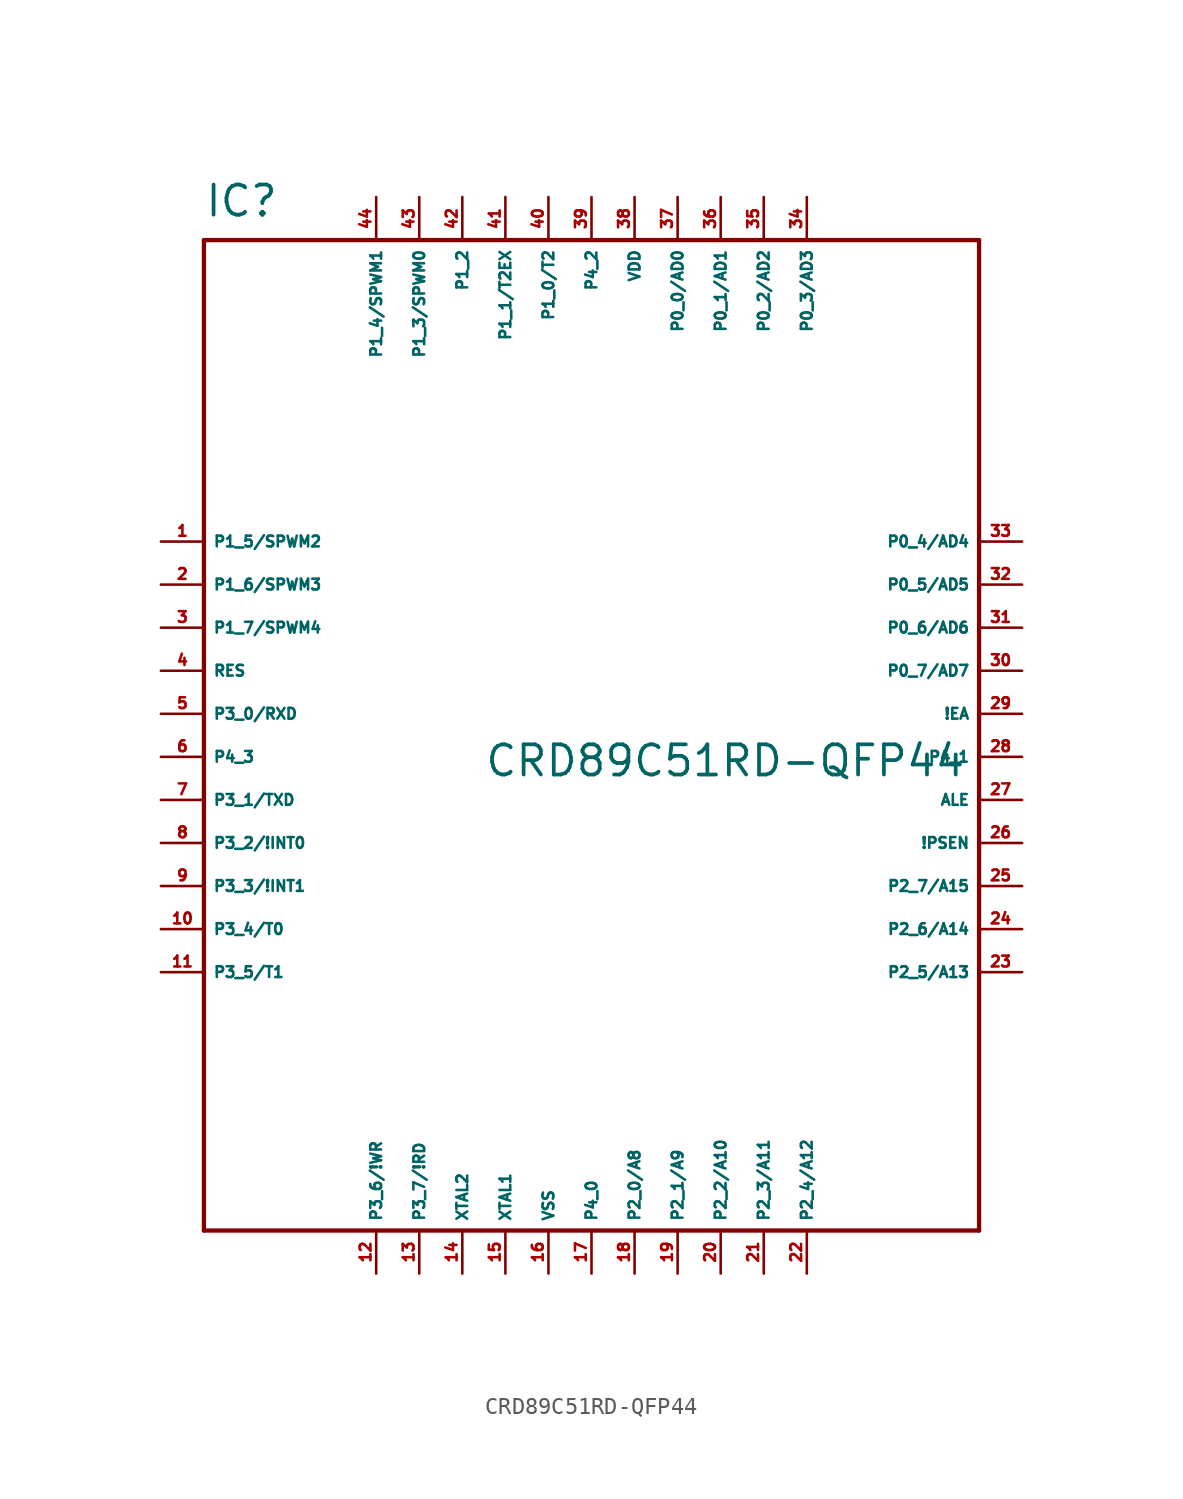
<source format=kicad_sym>
(kicad_symbol_lib
  (version 20220914)
  (generator Eagle2Kicad)
  (symbol "CRD89C51RD-QFP44"
    (property "Reference" "IC"
      (at -22.86 31.75 0)
      (effects (font (size 1.778 1.778) (thickness 0.22)) (justify left bottom)))
    (property "Value" "CRD89C51RD-QFP44"
      (at -6.35 -1.27 0)
      (effects (font (size 1.778 1.778) (thickness 0.22)) (justify left bottom)))
    (polyline
      (pts (xy -22.86 -27.94) (xy 22.86 -27.94))
      (stroke (width 0.254) (type default))
      (fill (type none)))
    (polyline
      (pts (xy 22.86 -27.94) (xy 22.86 30.48))
      (stroke (width 0.254) (type default))
      (fill (type none)))
    (polyline
      (pts (xy 22.86 30.48) (xy -22.86 30.48))
      (stroke (width 0.254) (type default))
      (fill (type none)))
    (polyline
      (pts (xy -22.86 30.48) (xy -22.86 -27.94))
      (stroke (width 0.254) (type default))
      (fill (type none)))
    (pin bidirectional line
      (at -25.4 12.7 0)
      (length 2.54)
      (name "P1_5/SPWM2" (effects (font (size 0.635 0.635) (thickness 0.08)) (justify left bottom)))
      (number "1" (effects (font (size 0.635 0.635) (thickness 0.08)) (justify left bottom))))
    (pin bidirectional line
      (at -25.4 10.16 0)
      (length 2.54)
      (name "P1_6/SPWM3" (effects (font (size 0.635 0.635) (thickness 0.08)) (justify left bottom)))
      (number "2" (effects (font (size 0.635 0.635) (thickness 0.08)) (justify left bottom))))
    (pin bidirectional line
      (at -25.4 7.62 0)
      (length 2.54)
      (name "P1_7/SPWM4" (effects (font (size 0.635 0.635) (thickness 0.08)) (justify left bottom)))
      (number "3" (effects (font (size 0.635 0.635) (thickness 0.08)) (justify left bottom))))
    (pin input line
      (at -25.4 5.08 0)
      (length 2.54)
      (name "RES" (effects (font (size 0.635 0.635) (thickness 0.08)) (justify left bottom)))
      (number "4" (effects (font (size 0.635 0.635) (thickness 0.08)) (justify left bottom))))
    (pin bidirectional line
      (at -25.4 2.54 0)
      (length 2.54)
      (name "P3_0/RXD" (effects (font (size 0.635 0.635) (thickness 0.08)) (justify left bottom)))
      (number "5" (effects (font (size 0.635 0.635) (thickness 0.08)) (justify left bottom))))
    (pin bidirectional line
      (at -25.4 0 0)
      (length 2.54)
      (name "P4_3" (effects (font (size 0.635 0.635) (thickness 0.08)) (justify left bottom)))
      (number "6" (effects (font (size 0.635 0.635) (thickness 0.08)) (justify left bottom))))
    (pin bidirectional line
      (at -25.4 -2.54 0)
      (length 2.54)
      (name "P3_1/TXD" (effects (font (size 0.635 0.635) (thickness 0.08)) (justify left bottom)))
      (number "7" (effects (font (size 0.635 0.635) (thickness 0.08)) (justify left bottom))))
    (pin bidirectional line
      (at -25.4 -5.08 0)
      (length 2.54)
      (name "P3_2/!INT0" (effects (font (size 0.635 0.635) (thickness 0.08)) (justify left bottom)))
      (number "8" (effects (font (size 0.635 0.635) (thickness 0.08)) (justify left bottom))))
    (pin bidirectional line
      (at -25.4 -7.62 0)
      (length 2.54)
      (name "P3_3/!INT1" (effects (font (size 0.635 0.635) (thickness 0.08)) (justify left bottom)))
      (number "9" (effects (font (size 0.635 0.635) (thickness 0.08)) (justify left bottom))))
    (pin bidirectional line
      (at -25.4 -10.16 0)
      (length 2.54)
      (name "P3_4/T0" (effects (font (size 0.635 0.635) (thickness 0.08)) (justify left bottom)))
      (number "10" (effects (font (size 0.635 0.635) (thickness 0.08)) (justify left bottom))))
    (pin bidirectional line
      (at -25.4 -12.7 0)
      (length 2.54)
      (name "P3_5/T1" (effects (font (size 0.635 0.635) (thickness 0.08)) (justify left bottom)))
      (number "11" (effects (font (size 0.635 0.635) (thickness 0.08)) (justify left bottom))))
    (pin bidirectional line
      (at -12.7 -30.48 90)
      (length 2.54)
      (name "P3_6/!WR" (effects (font (size 0.635 0.635) (thickness 0.08)) (justify left bottom)))
      (number "12" (effects (font (size 0.635 0.635) (thickness 0.08)) (justify left bottom))))
    (pin bidirectional line
      (at -10.16 -30.48 90)
      (length 2.54)
      (name "P3_7/!RD" (effects (font (size 0.635 0.635) (thickness 0.08)) (justify left bottom)))
      (number "13" (effects (font (size 0.635 0.635) (thickness 0.08)) (justify left bottom))))
    (pin output line
      (at -7.62 -30.48 90)
      (length 2.54)
      (name "XTAL2" (effects (font (size 0.635 0.635) (thickness 0.08)) (justify left bottom)))
      (number "14" (effects (font (size 0.635 0.635) (thickness 0.08)) (justify left bottom))))
    (pin input line
      (at -5.08 -30.48 90)
      (length 2.54)
      (name "XTAL1" (effects (font (size 0.635 0.635) (thickness 0.08)) (justify left bottom)))
      (number "15" (effects (font (size 0.635 0.635) (thickness 0.08)) (justify left bottom))))
    (pin unspecified line
      (at -2.54 -30.48 90)
      (length 2.54)
      (name "VSS" (effects (font (size 0.635 0.635) (thickness 0.08)) (justify left bottom)))
      (number "16" (effects (font (size 0.635 0.635) (thickness 0.08)) (justify left bottom))))
    (pin bidirectional line
      (at 0 -30.48 90)
      (length 2.54)
      (name "P4_0" (effects (font (size 0.635 0.635) (thickness 0.08)) (justify left bottom)))
      (number "17" (effects (font (size 0.635 0.635) (thickness 0.08)) (justify left bottom))))
    (pin bidirectional line
      (at 2.54 -30.48 90)
      (length 2.54)
      (name "P2_0/A8" (effects (font (size 0.635 0.635) (thickness 0.08)) (justify left bottom)))
      (number "18" (effects (font (size 0.635 0.635) (thickness 0.08)) (justify left bottom))))
    (pin bidirectional line
      (at 5.08 -30.48 90)
      (length 2.54)
      (name "P2_1/A9" (effects (font (size 0.635 0.635) (thickness 0.08)) (justify left bottom)))
      (number "19" (effects (font (size 0.635 0.635) (thickness 0.08)) (justify left bottom))))
    (pin bidirectional line
      (at 7.62 -30.48 90)
      (length 2.54)
      (name "P2_2/A10" (effects (font (size 0.635 0.635) (thickness 0.08)) (justify left bottom)))
      (number "20" (effects (font (size 0.635 0.635) (thickness 0.08)) (justify left bottom))))
    (pin bidirectional line
      (at 10.16 -30.48 90)
      (length 2.54)
      (name "P2_3/A11" (effects (font (size 0.635 0.635) (thickness 0.08)) (justify left bottom)))
      (number "21" (effects (font (size 0.635 0.635) (thickness 0.08)) (justify left bottom))))
    (pin bidirectional line
      (at 12.7 -30.48 90)
      (length 2.54)
      (name "P2_4/A12" (effects (font (size 0.635 0.635) (thickness 0.08)) (justify left bottom)))
      (number "22" (effects (font (size 0.635 0.635) (thickness 0.08)) (justify left bottom))))
    (pin bidirectional line
      (at 25.4 -12.7 180)
      (length 2.54)
      (name "P2_5/A13" (effects (font (size 0.635 0.635) (thickness 0.08)) (justify left bottom)))
      (number "23" (effects (font (size 0.635 0.635) (thickness 0.08)) (justify left bottom))))
    (pin bidirectional line
      (at 25.4 -10.16 180)
      (length 2.54)
      (name "P2_6/A14" (effects (font (size 0.635 0.635) (thickness 0.08)) (justify left bottom)))
      (number "24" (effects (font (size 0.635 0.635) (thickness 0.08)) (justify left bottom))))
    (pin bidirectional line
      (at 25.4 -7.62 180)
      (length 2.54)
      (name "P2_7/A15" (effects (font (size 0.635 0.635) (thickness 0.08)) (justify left bottom)))
      (number "25" (effects (font (size 0.635 0.635) (thickness 0.08)) (justify left bottom))))
    (pin output line
      (at 25.4 -5.08 180)
      (length 2.54)
      (name "!PSEN" (effects (font (size 0.635 0.635) (thickness 0.08)) (justify left bottom)))
      (number "26" (effects (font (size 0.635 0.635) (thickness 0.08)) (justify left bottom))))
    (pin output line
      (at 25.4 -2.54 180)
      (length 2.54)
      (name "ALE" (effects (font (size 0.635 0.635) (thickness 0.08)) (justify left bottom)))
      (number "27" (effects (font (size 0.635 0.635) (thickness 0.08)) (justify left bottom))))
    (pin bidirectional line
      (at 25.4 0 180)
      (length 2.54)
      (name "P4_1" (effects (font (size 0.635 0.635) (thickness 0.08)) (justify left bottom)))
      (number "28" (effects (font (size 0.635 0.635) (thickness 0.08)) (justify left bottom))))
    (pin input line
      (at 25.4 2.54 180)
      (length 2.54)
      (name "!EA" (effects (font (size 0.635 0.635) (thickness 0.08)) (justify left bottom)))
      (number "29" (effects (font (size 0.635 0.635) (thickness 0.08)) (justify left bottom))))
    (pin bidirectional line
      (at 25.4 5.08 180)
      (length 2.54)
      (name "P0_7/AD7" (effects (font (size 0.635 0.635) (thickness 0.08)) (justify left bottom)))
      (number "30" (effects (font (size 0.635 0.635) (thickness 0.08)) (justify left bottom))))
    (pin bidirectional line
      (at 25.4 7.62 180)
      (length 2.54)
      (name "P0_6/AD6" (effects (font (size 0.635 0.635) (thickness 0.08)) (justify left bottom)))
      (number "31" (effects (font (size 0.635 0.635) (thickness 0.08)) (justify left bottom))))
    (pin bidirectional line
      (at 25.4 10.16 180)
      (length 2.54)
      (name "P0_5/AD5" (effects (font (size 0.635 0.635) (thickness 0.08)) (justify left bottom)))
      (number "32" (effects (font (size 0.635 0.635) (thickness 0.08)) (justify left bottom))))
    (pin bidirectional line
      (at 25.4 12.7 180)
      (length 2.54)
      (name "P0_4/AD4" (effects (font (size 0.635 0.635) (thickness 0.08)) (justify left bottom)))
      (number "33" (effects (font (size 0.635 0.635) (thickness 0.08)) (justify left bottom))))
    (pin bidirectional line
      (at 12.7 33.02 270)
      (length 2.54)
      (name "P0_3/AD3" (effects (font (size 0.635 0.635) (thickness 0.08)) (justify left bottom)))
      (number "34" (effects (font (size 0.635 0.635) (thickness 0.08)) (justify left bottom))))
    (pin bidirectional line
      (at 10.16 33.02 270)
      (length 2.54)
      (name "P0_2/AD2" (effects (font (size 0.635 0.635) (thickness 0.08)) (justify left bottom)))
      (number "35" (effects (font (size 0.635 0.635) (thickness 0.08)) (justify left bottom))))
    (pin bidirectional line
      (at 7.62 33.02 270)
      (length 2.54)
      (name "P0_1/AD1" (effects (font (size 0.635 0.635) (thickness 0.08)) (justify left bottom)))
      (number "36" (effects (font (size 0.635 0.635) (thickness 0.08)) (justify left bottom))))
    (pin bidirectional line
      (at 5.08 33.02 270)
      (length 2.54)
      (name "P0_0/AD0" (effects (font (size 0.635 0.635) (thickness 0.08)) (justify left bottom)))
      (number "37" (effects (font (size 0.635 0.635) (thickness 0.08)) (justify left bottom))))
    (pin unspecified line
      (at 2.54 33.02 270)
      (length 2.54)
      (name "VDD" (effects (font (size 0.635 0.635) (thickness 0.08)) (justify left bottom)))
      (number "38" (effects (font (size 0.635 0.635) (thickness 0.08)) (justify left bottom))))
    (pin bidirectional line
      (at 0 33.02 270)
      (length 2.54)
      (name "P4_2" (effects (font (size 0.635 0.635) (thickness 0.08)) (justify left bottom)))
      (number "39" (effects (font (size 0.635 0.635) (thickness 0.08)) (justify left bottom))))
    (pin bidirectional line
      (at -2.54 33.02 270)
      (length 2.54)
      (name "P1_0/T2" (effects (font (size 0.635 0.635) (thickness 0.08)) (justify left bottom)))
      (number "40" (effects (font (size 0.635 0.635) (thickness 0.08)) (justify left bottom))))
    (pin bidirectional line
      (at -5.08 33.02 270)
      (length 2.54)
      (name "P1_1/T2EX" (effects (font (size 0.635 0.635) (thickness 0.08)) (justify left bottom)))
      (number "41" (effects (font (size 0.635 0.635) (thickness 0.08)) (justify left bottom))))
    (pin bidirectional line
      (at -7.62 33.02 270)
      (length 2.54)
      (name "P1_2" (effects (font (size 0.635 0.635) (thickness 0.08)) (justify left bottom)))
      (number "42" (effects (font (size 0.635 0.635) (thickness 0.08)) (justify left bottom))))
    (pin bidirectional line
      (at -10.16 33.02 270)
      (length 2.54)
      (name "P1_3/SPWM0" (effects (font (size 0.635 0.635) (thickness 0.08)) (justify left bottom)))
      (number "43" (effects (font (size 0.635 0.635) (thickness 0.08)) (justify left bottom))))
    (pin bidirectional line
      (at -12.7 33.02 270)
      (length 2.54)
      (name "P1_4/SPWM1" (effects (font (size 0.635 0.635) (thickness 0.08)) (justify left bottom)))
      (number "44" (effects (font (size 0.635 0.635) (thickness 0.08)) (justify left bottom))))))
</source>
